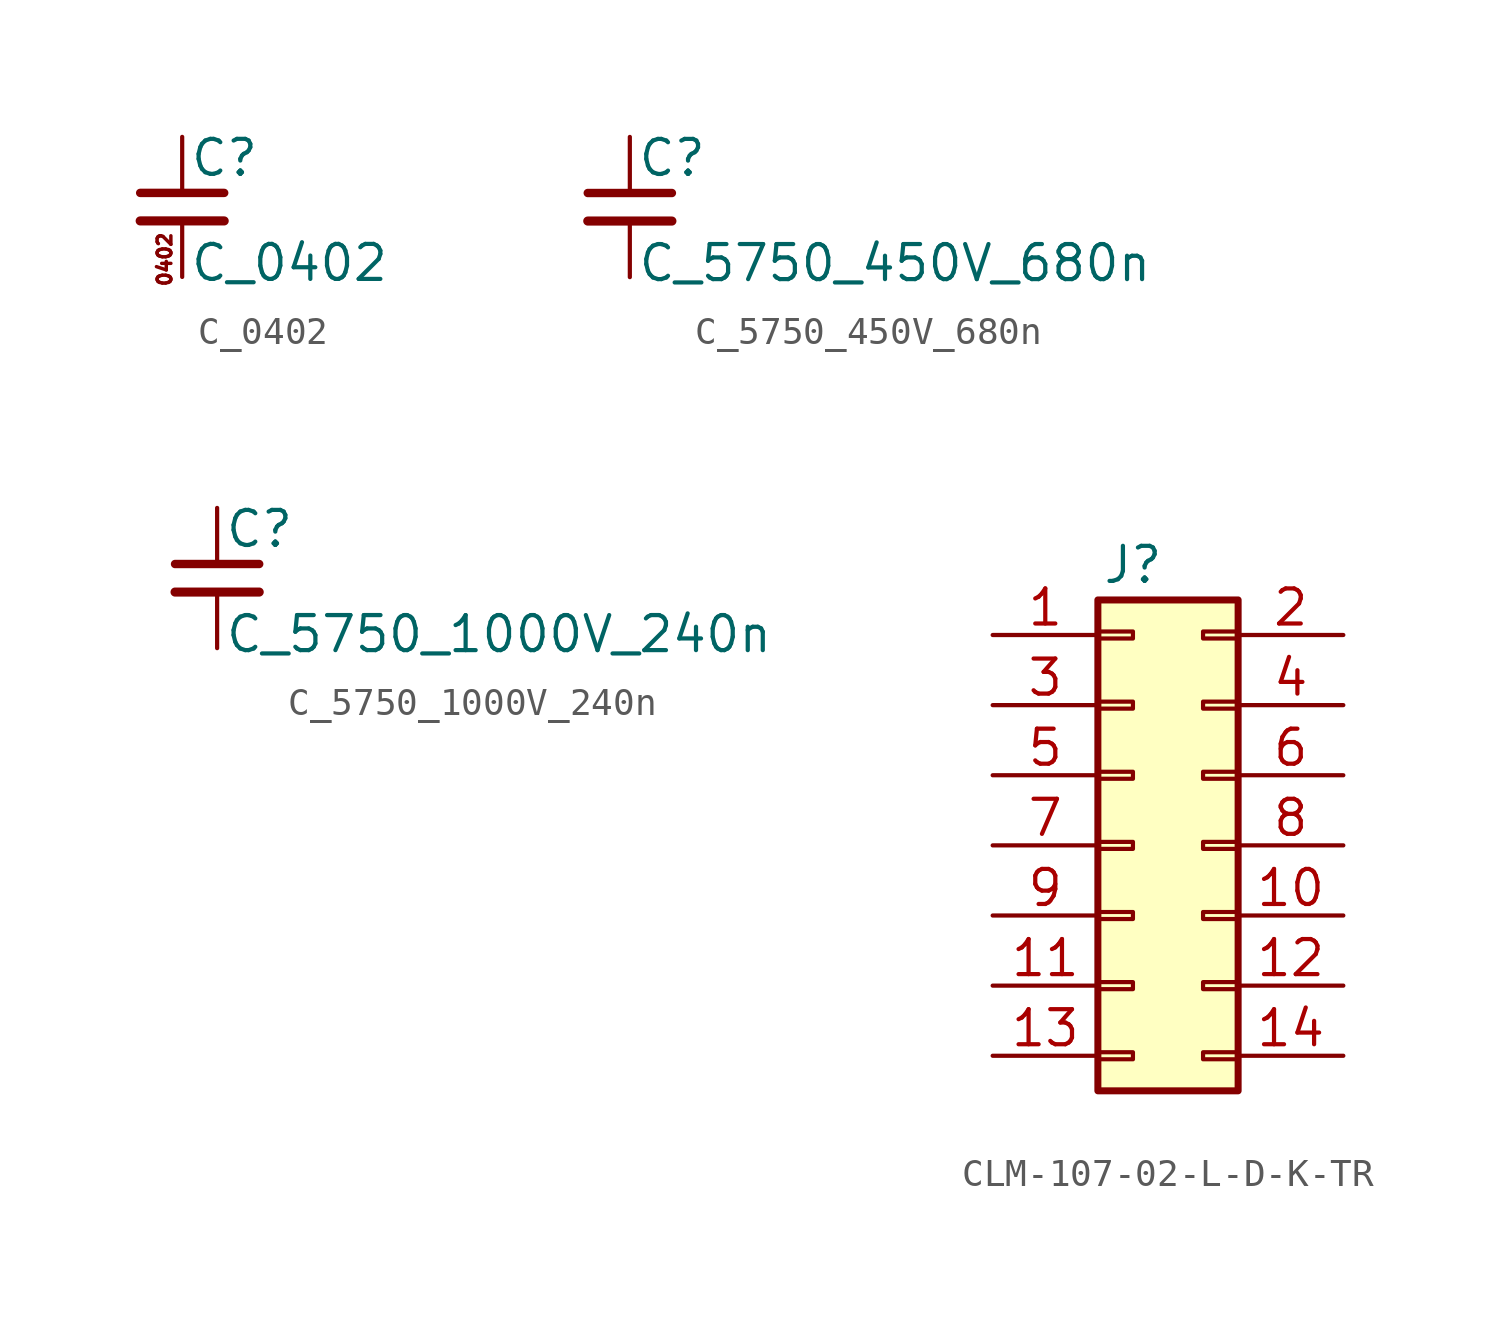
<source format=kicad_sym>
(kicad_symbol_lib
  (version 20211014)
  (generator kicad_symbol_editor)
  (symbol "C_0402"
    (pin_numbers hide)
    (pin_names
      (offset 0.254) hide)
    (property "Reference" "C"
      (at 0.254 1.778 0)
      (effects (font (size 1.27 1.27)) (justify left)))
    (property "Value" "C_0402"
      (at 0.254 -2.032 0)
      (effects (font (size 1.27 1.27)) (justify left)))
    (symbol "C_0402_0_0"
      (text "0402" (at -0.635 -1.905 900) (effects (font (size 0.5 0.5)))))
    (symbol "C_0402_0_1"
      (polyline (pts (xy -1.524 -0.508) (xy 1.524 -0.508)) (stroke (width 0.33) (type default) (color 0 0 0 0)) (fill (type none)))
      (polyline (pts (xy -1.524 0.508) (xy 1.524 0.508)) (stroke (width 0.305) (type default) (color 0 0 0 0)) (fill (type none))))
    (symbol "C_0402_1_1"
      (pin passive line (at 0 2.54 270) (length 2.032) (name "1" (effects (font (size 1.27 1.27)))) (number "1" (effects (font (size 1.27 1.27)))))
      (pin passive line (at 0 -2.54 90) (length 2.032) (name "2" (effects (font (size 1.27 1.27)))) (number "2" (effects (font (size 1.27 1.27)))))))
  (symbol "C_5750_450V_680n"
    (pin_numbers hide)
    (pin_names
      (offset 0.254) hide)
    (property "Reference" "C"
      (at 0.254 1.778 0)
      (effects (font (size 1.27 1.27)) (justify left)))
    (property "Value" "C_5750_450V_680n"
      (at 0.254 -2.032 0)
      (effects (font (size 1.27 1.27)) (justify left)))
    (symbol "C_5750_450V_680n_0_1"
      (polyline (pts (xy -1.524 -0.508) (xy 1.524 -0.508)) (stroke (width 0.33) (type default) (color 0 0 0 0)) (fill (type none)))
      (polyline (pts (xy -1.524 0.508) (xy 1.524 0.508)) (stroke (width 0.305) (type default) (color 0 0 0 0)) (fill (type none))))
    (symbol "C_5750_450V_680n_1_1"
      (pin passive line (at 0 2.54 270) (length 2.032) (name "1" (effects (font (size 1.27 1.27)))) (number "1" (effects (font (size 1.27 1.27)))))
      (pin passive line (at 0 -2.54 90) (length 2.032) (name "2" (effects (font (size 1.27 1.27)))) (number "2" (effects (font (size 1.27 1.27)))))))
  (symbol "C_5750_1000V_240n"
    (pin_numbers hide)
    (pin_names
      (offset 0.254) hide)
    (property "Reference" "C"
      (at 0.254 1.778 0)
      (effects (font (size 1.27 1.27)) (justify left)))
    (property "Value" "C_5750_1000V_240n"
      (at 0.254 -2.032 0)
      (effects (font (size 1.27 1.27)) (justify left)))
    (symbol "C_5750_1000V_240n_0_1"
      (polyline (pts (xy -1.524 -0.508) (xy 1.524 -0.508)) (stroke (width 0.33) (type default) (color 0 0 0 0)) (fill (type none)))
      (polyline (pts (xy -1.524 0.508) (xy 1.524 0.508)) (stroke (width 0.305) (type default) (color 0 0 0 0)) (fill (type none))))
    (symbol "C_5750_1000V_240n_1_1"
      (pin passive line (at 0 2.54 270) (length 2.032) (name "1" (effects (font (size 1.27 1.27)))) (number "1" (effects (font (size 1.27 1.27)))))
      (pin passive line (at 0 -2.54 90) (length 2.032) (name "2" (effects (font (size 1.27 1.27)))) (number "2" (effects (font (size 1.27 1.27)))))))
  (symbol "CLM-107-02-L-D-K-TR"
    (pin_names hide)
    (property "Reference" "J"
      (at -1.27 12.7 0)
      (effects (font (size 1.27 1.27))))
    (symbol "CLM-107-02-L-D-K-TR_1_1"
      (rectangle (start -2.54 -4.953) (end -1.27 -5.207) (stroke (width 0.152) (type default) (color 0 0 0 0)) (fill (type none)))
      (rectangle (start -2.54 -2.413) (end -1.27 -2.667) (stroke (width 0.152) (type default) (color 0 0 0 0)) (fill (type none)))
      (rectangle (start -2.54 0.127) (end -1.27 -0.127) (stroke (width 0.152) (type default) (color 0 0 0 0)) (fill (type none)))
      (rectangle (start -2.54 2.667) (end -1.27 2.413) (stroke (width 0.152) (type default) (color 0 0 0 0)) (fill (type none)))
      (rectangle (start -2.54 5.207) (end -1.27 4.953) (stroke (width 0.152) (type default) (color 0 0 0 0)) (fill (type none)))
      (rectangle (start -2.54 7.747) (end -1.27 7.493) (stroke (width 0.152) (type default) (color 0 0 0 0)) (fill (type none)))
      (rectangle (start -2.54 10.287) (end -1.27 10.033) (stroke (width 0.152) (type default) (color 0 0 0 0)) (fill (type none)))
      (rectangle (start -2.54 11.43) (end 2.54 -6.35) (stroke (width 0.254) (type default) (color 0 0 0 0)) (fill (type background)))
      (rectangle (start 2.54 -4.953) (end 1.27 -5.207) (stroke (width 0.152) (type default) (color 0 0 0 0)) (fill (type none)))
      (rectangle (start 2.54 -2.413) (end 1.27 -2.667) (stroke (width 0.152) (type default) (color 0 0 0 0)) (fill (type none)))
      (rectangle (start 2.54 0.127) (end 1.27 -0.127) (stroke (width 0.152) (type default) (color 0 0 0 0)) (fill (type none)))
      (rectangle (start 2.54 2.667) (end 1.27 2.413) (stroke (width 0.152) (type default) (color 0 0 0 0)) (fill (type none)))
      (rectangle (start 2.54 5.207) (end 1.27 4.953) (stroke (width 0.152) (type default) (color 0 0 0 0)) (fill (type none)))
      (rectangle (start 2.54 7.747) (end 1.27 7.493) (stroke (width 0.152) (type default) (color 0 0 0 0)) (fill (type none)))
      (rectangle (start 2.54 10.287) (end 1.27 10.033) (stroke (width 0.152) (type default) (color 0 0 0 0)) (fill (type none)))
      (pin passive line (at -6.35 10.16 0) (length 3.81) (name "1" (effects (font (size 1.27 1.27)))) (number "1" (effects (font (size 1.27 1.27)))))
      (pin passive line (at 6.35 0 180) (length 3.81) (name "10" (effects (font (size 1.27 1.27)))) (number "10" (effects (font (size 1.27 1.27)))))
      (pin passive line (at -6.35 -2.54 0) (length 3.81) (name "11" (effects (font (size 1.27 1.27)))) (number "11" (effects (font (size 1.27 1.27)))))
      (pin passive line (at 6.35 -2.54 180) (length 3.81) (name "12" (effects (font (size 1.27 1.27)))) (number "12" (effects (font (size 1.27 1.27)))))
      (pin passive line (at -6.35 -5.08 0) (length 3.81) (name "13" (effects (font (size 1.27 1.27)))) (number "13" (effects (font (size 1.27 1.27)))))
      (pin passive line (at 6.35 -5.08 180) (length 3.81) (name "14" (effects (font (size 1.27 1.27)))) (number "14" (effects (font (size 1.27 1.27)))))
      (pin passive line (at 6.35 10.16 180) (length 3.81) (name "2" (effects (font (size 1.27 1.27)))) (number "2" (effects (font (size 1.27 1.27)))))
      (pin passive line (at -6.35 7.62 0) (length 3.81) (name "3" (effects (font (size 1.27 1.27)))) (number "3" (effects (font (size 1.27 1.27)))))
      (pin passive line (at 6.35 7.62 180) (length 3.81) (name "4" (effects (font (size 1.27 1.27)))) (number "4" (effects (font (size 1.27 1.27)))))
      (pin passive line (at -6.35 5.08 0) (length 3.81) (name "5" (effects (font (size 1.27 1.27)))) (number "5" (effects (font (size 1.27 1.27)))))
      (pin passive line (at 6.35 5.08 180) (length 3.81) (name "6" (effects (font (size 1.27 1.27)))) (number "6" (effects (font (size 1.27 1.27)))))
      (pin passive line (at -6.35 2.54 0) (length 3.81) (name "7" (effects (font (size 1.27 1.27)))) (number "7" (effects (font (size 1.27 1.27)))))
      (pin passive line (at 6.35 2.54 180) (length 3.81) (name "8" (effects (font (size 1.27 1.27)))) (number "8" (effects (font (size 1.27 1.27)))))
      (pin passive line (at -6.35 0 0) (length 3.81) (name "9" (effects (font (size 1.27 1.27)))) (number "9" (effects (font (size 1.27 1.27))))))))
</source>
